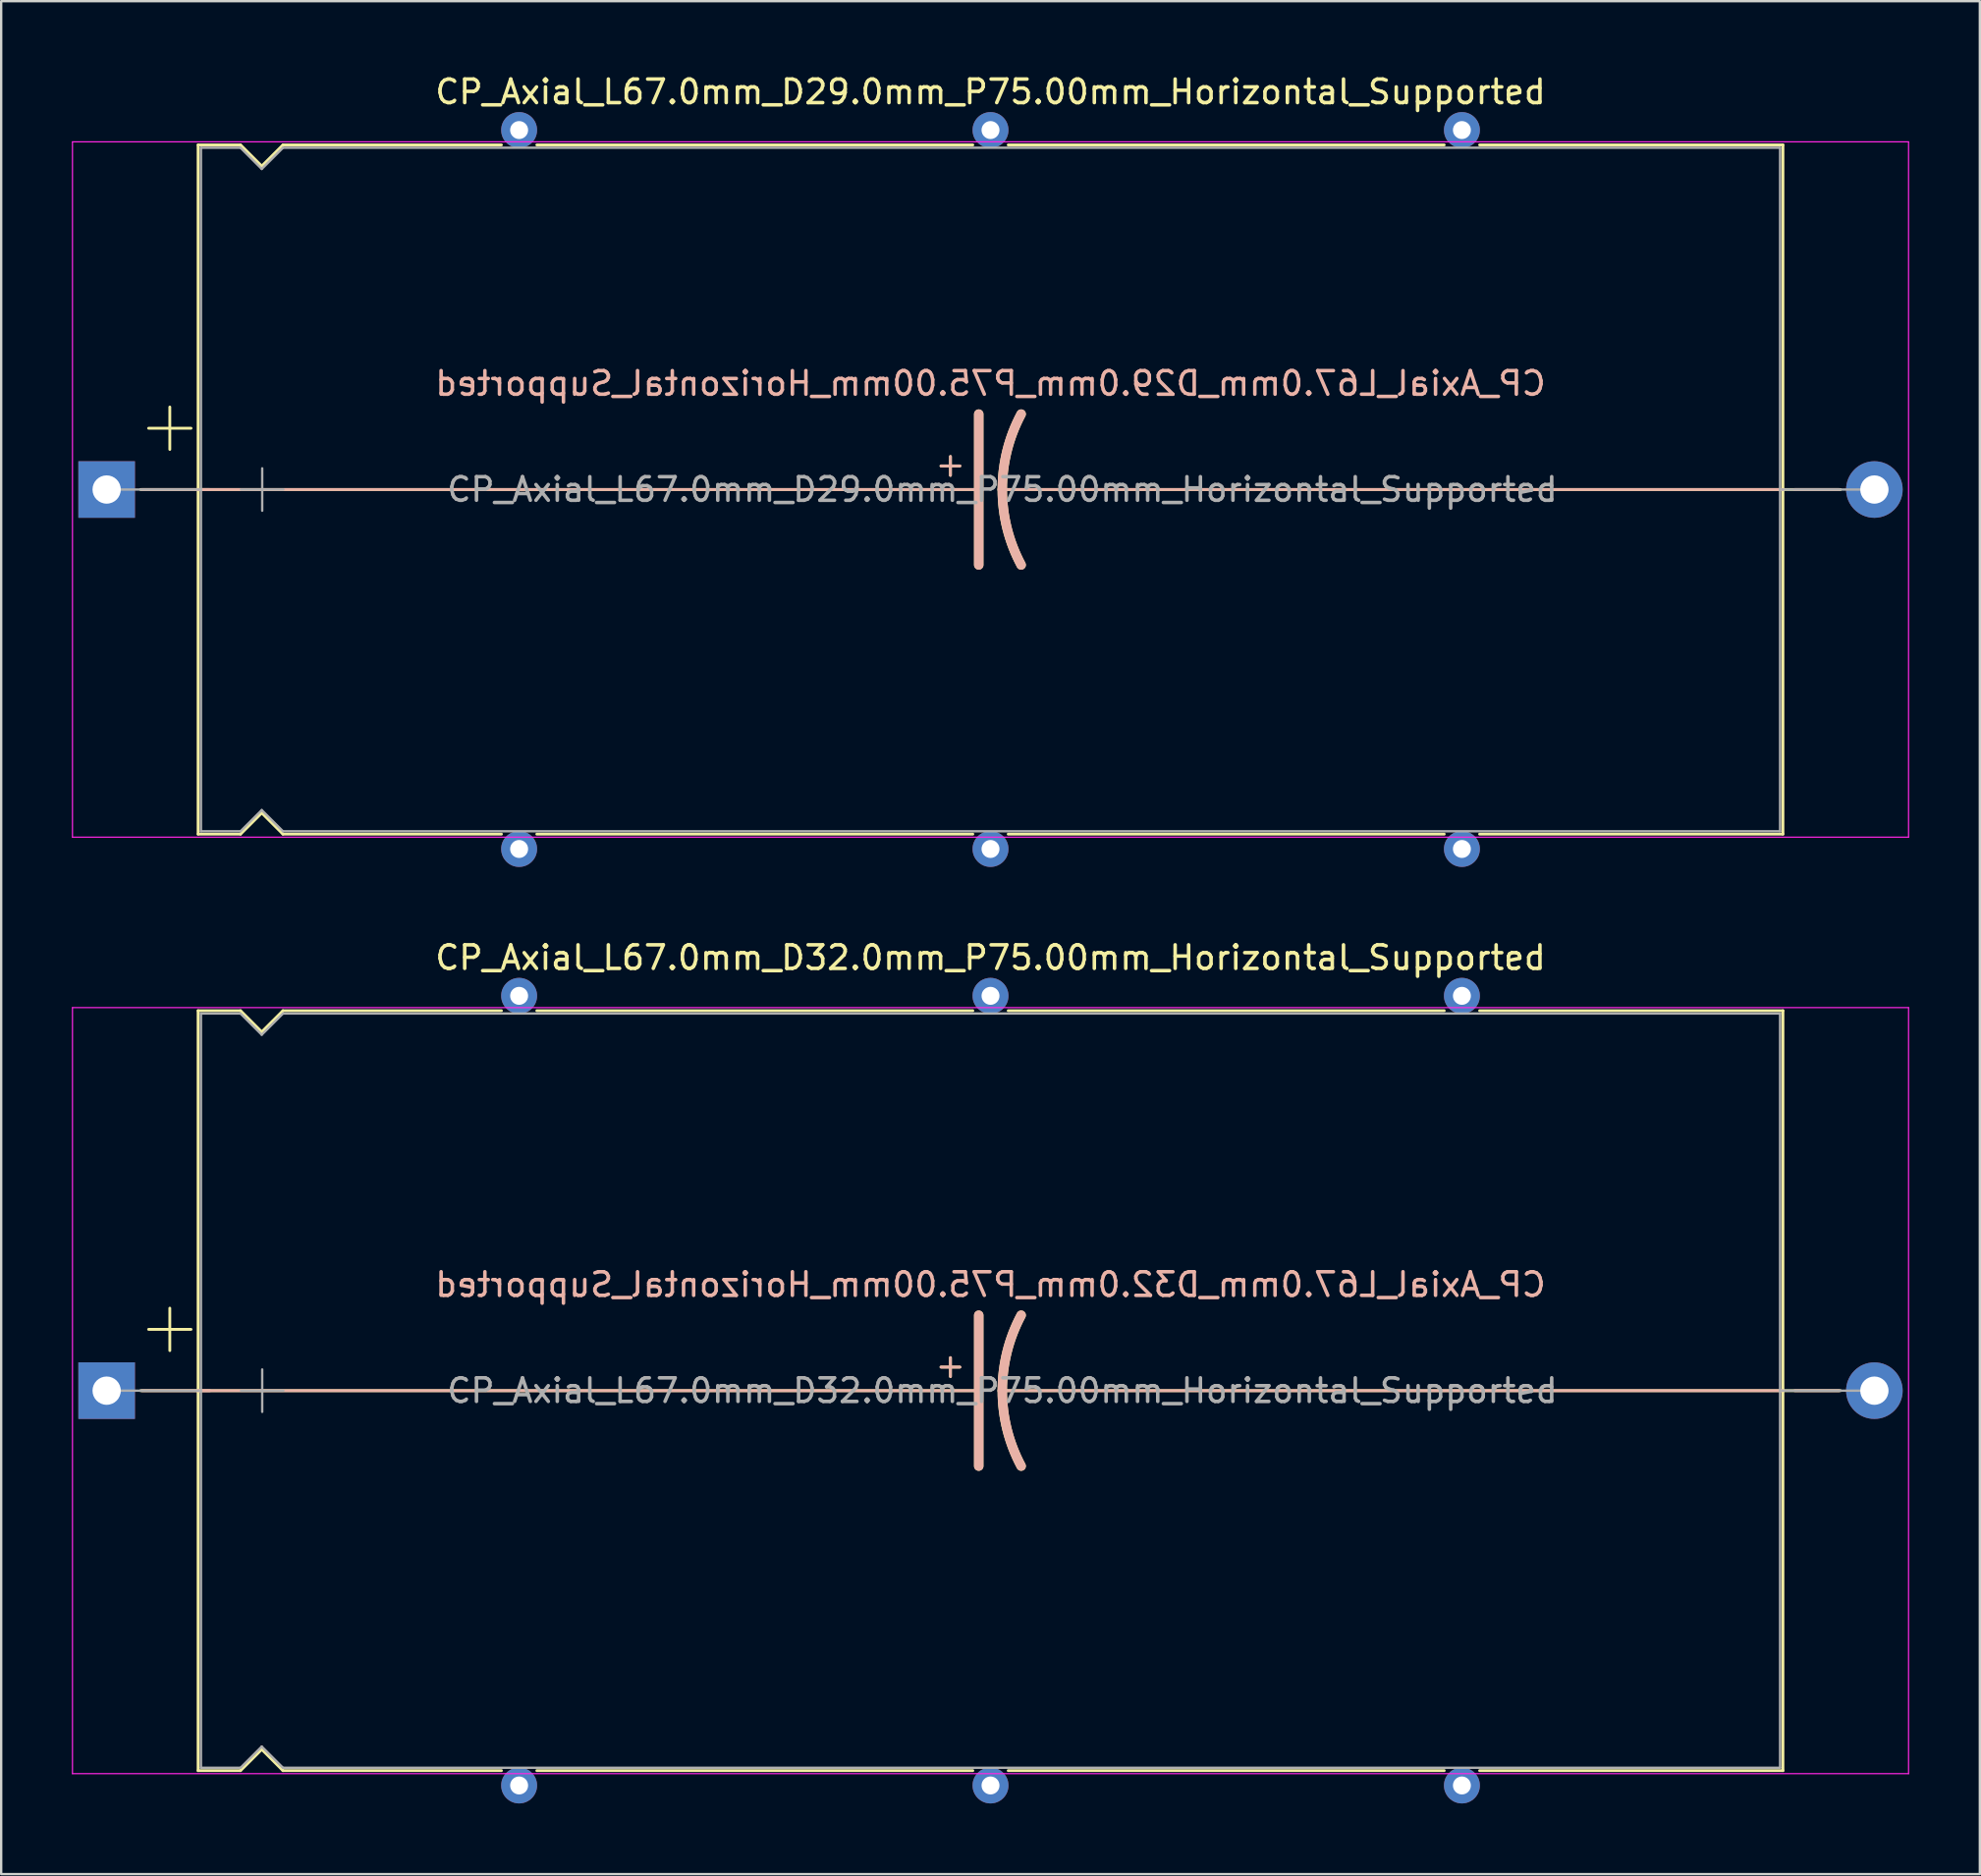
<source format=kicad_pcb>
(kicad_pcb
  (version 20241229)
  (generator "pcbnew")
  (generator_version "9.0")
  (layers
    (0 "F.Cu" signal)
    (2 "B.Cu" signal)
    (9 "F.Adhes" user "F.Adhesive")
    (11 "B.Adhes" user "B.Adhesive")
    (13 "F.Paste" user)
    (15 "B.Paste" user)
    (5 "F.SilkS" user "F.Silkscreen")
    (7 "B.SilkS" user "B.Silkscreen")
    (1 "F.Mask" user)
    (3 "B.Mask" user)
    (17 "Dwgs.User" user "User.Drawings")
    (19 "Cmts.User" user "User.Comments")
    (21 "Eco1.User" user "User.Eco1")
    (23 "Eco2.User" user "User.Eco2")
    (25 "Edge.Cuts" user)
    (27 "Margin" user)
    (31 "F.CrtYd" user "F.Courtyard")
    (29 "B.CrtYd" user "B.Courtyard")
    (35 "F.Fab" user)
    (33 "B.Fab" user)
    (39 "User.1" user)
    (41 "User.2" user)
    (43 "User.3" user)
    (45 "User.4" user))
  (footprint "CP_Axial_L67.0mm_D32.0mm_P75.00mm_Horizontal_Supported"
    (layer "F.Cu")
    (at 1.475 55.949)
    (property "Reference" "CP_Axial_L67.0mm_D32.0mm_P75.00mm_Horizontal_Supported" (at 37.5 -18.37 0) (layer "F.SilkS") (effects (font (size 1 1) (thickness 0.15))))
    (fp_line (start 1.44 0) (end 3.88 0) (stroke (width 0.12) (type solid)) (layer "F.SilkS"))
    (fp_line (start 1.78 -2.6) (end 3.58 -2.6) (stroke (width 0.12) (type solid)) (layer "F.SilkS"))
    (fp_line (start 2.68 -3.5) (end 2.68 -1.7) (stroke (width 0.12) (type solid)) (layer "F.SilkS"))
    (fp_line (start 3.88 -16.12) (end 3.88 16.12) (stroke (width 0.12) (type solid)) (layer "F.SilkS"))
    (fp_line (start 3.88 -16.12) (end 5.68 -16.12) (stroke (width 0.12) (type solid)) (layer "F.SilkS"))
    (fp_line (start 3.88 0) (end 37 0) (stroke (width 0.12) (type solid)) (layer "F.SilkS"))
    (fp_line (start 3.88 16.12) (end 5.68 16.12) (stroke (width 0.12) (type solid)) (layer "F.SilkS"))
    (fp_line (start 5.68 -16.12) (end 6.58 -15.22) (stroke (width 0.12) (type solid)) (layer "F.SilkS"))
    (fp_line (start 5.68 16.12) (end 6.58 15.22) (stroke (width 0.12) (type solid)) (layer "F.SilkS"))
    (fp_line (start 6.58 -15.22) (end 7.48 -16.12) (stroke (width 0.12) (type solid)) (layer "F.SilkS"))
    (fp_line (start 6.58 15.22) (end 7.48 16.12) (stroke (width 0.12) (type solid)) (layer "F.SilkS"))
    (fp_line (start 7.48 -16.12) (end 16.75 -16.12) (stroke (width 0.12) (type solid)) (layer "F.SilkS"))
    (fp_line (start 7.48 16.12) (end 16.75 16.12) (stroke (width 0.12) (type solid)) (layer "F.SilkS"))
    (fp_line (start 18.25 -16.12) (end 36.75 -16.12) (stroke (width 0.12) (type solid)) (layer "F.SilkS"))
    (fp_line (start 18.25 16.12) (end 36.75 16.12) (stroke (width 0.12) (type solid)) (layer "F.SilkS"))
    (fp_line (start 35.4 -1) (end 36.2 -1) (stroke (width 0.12) (type solid)) (layer "F.SilkS"))
    (fp_line (start 35.8 -1.4) (end 35.8 -0.6) (stroke (width 0.12) (type solid)) (layer "F.SilkS"))
    (fp_line (start 37 0) (end 37 -3.2) (stroke (width 0.4) (type solid)) (layer "F.SilkS"))
    (fp_line (start 37 0) (end 37 3.2) (stroke (width 0.4) (type solid)) (layer "F.SilkS"))
    (fp_line (start 38.25 -16.12) (end 56.75 -16.12) (stroke (width 0.12) (type solid)) (layer "F.SilkS"))
    (fp_line (start 38.25 16.12) (end 56.75 16.12) (stroke (width 0.12) (type solid)) (layer "F.SilkS"))
    (fp_line (start 58.25 -16.12) (end 71.12 -16.12) (stroke (width 0.12) (type solid)) (layer "F.SilkS"))
    (fp_line (start 58.25 16.12) (end 71.12 16.12) (stroke (width 0.12) (type solid)) (layer "F.SilkS"))
    (fp_line (start 71.12 -16.12) (end 71.12 16.12) (stroke (width 0.12) (type solid)) (layer "F.SilkS"))
    (fp_line (start 71.12 0) (end 38 0) (stroke (width 0.12) (type solid)) (layer "F.SilkS"))
    (fp_line (start 73.56 0) (end 71.12 0) (stroke (width 0.12) (type solid)) (layer "F.SilkS"))
    (fp_arc (start 38 0) (mid 38.203545 -1.649114) (end 38.8 -3.2) (stroke (width 0.4) (type solid)) (layer "F.SilkS"))
    (fp_arc (start 38.8 3.2) (mid 38.200704 1.649824) (end 38 0) (stroke (width 0.4) (type solid)) (layer "F.SilkS"))
    (fp_line (start 1.5 0) (end 4.38 0) (stroke (width 0.12) (type solid)) (layer "B.SilkS"))
    (fp_line (start 3.88 0) (end 37 0) (stroke (width 0.12) (type solid)) (layer "B.SilkS"))
    (fp_line (start 35.4 -1) (end 36.2 -1) (stroke (width 0.12) (type solid)) (layer "B.SilkS"))
    (fp_line (start 35.8 -0.6) (end 35.8 -1.4) (stroke (width 0.12) (type solid)) (layer "B.SilkS"))
    (fp_line (start 37 0) (end 37 -3.2) (stroke (width 0.4) (type solid)) (layer "B.SilkS"))
    (fp_line (start 37 0) (end 37 3.2) (stroke (width 0.4) (type solid)) (layer "B.SilkS"))
    (fp_line (start 71.12 0) (end 38 0) (stroke (width 0.12) (type solid)) (layer "B.SilkS"))
    (fp_line (start 73.5 0) (end 71.62 0) (stroke (width 0.12) (type solid)) (layer "B.SilkS"))
    (fp_arc (start 38 0) (mid 38.200703 -1.649824) (end 38.8 -3.2) (stroke (width 0.4) (type solid)) (layer "B.SilkS"))
    (fp_arc (start 38.8 3.2) (mid 38.203544 1.649114) (end 38 0) (stroke (width 0.4) (type solid)) (layer "B.SilkS"))
    (fp_line (start -1.45 -16.25) (end -1.45 16.25) (stroke (width 0.05) (type solid)) (layer "F.CrtYd"))
    (fp_line (start -1.45 16.25) (end 76.45 16.25) (stroke (width 0.05) (type solid)) (layer "F.CrtYd"))
    (fp_line (start 76.45 -16.25) (end -1.45 -16.25) (stroke (width 0.05) (type solid)) (layer "F.CrtYd"))
    (fp_line (start 76.45 16.25) (end 76.45 -16.25) (stroke (width 0.05) (type solid)) (layer "F.CrtYd"))
    (fp_line (start 0 0) (end 4 0) (stroke (width 0.1) (type solid)) (layer "F.Fab"))
    (fp_line (start 4 -16) (end 4 16) (stroke (width 0.1) (type solid)) (layer "F.Fab"))
    (fp_line (start 4 -16) (end 5.68 -16) (stroke (width 0.1) (type solid)) (layer "F.Fab"))
    (fp_line (start 4 16) (end 5.68 16) (stroke (width 0.1) (type solid)) (layer "F.Fab"))
    (fp_line (start 5.68 -16) (end 6.58 -15.1) (stroke (width 0.1) (type solid)) (layer "F.Fab"))
    (fp_line (start 5.68 16) (end 6.58 15.1) (stroke (width 0.1) (type solid)) (layer "F.Fab"))
    (fp_line (start 5.7 0) (end 7.5 0) (stroke (width 0.1) (type solid)) (layer "F.Fab"))
    (fp_line (start 6.58 -15.1) (end 7.48 -16) (stroke (width 0.1) (type solid)) (layer "F.Fab"))
    (fp_line (start 6.58 15.1) (end 7.48 16) (stroke (width 0.1) (type solid)) (layer "F.Fab"))
    (fp_line (start 6.6 -0.9) (end 6.6 0.9) (stroke (width 0.1) (type solid)) (layer "F.Fab"))
    (fp_line (start 7.48 -16) (end 71 -16) (stroke (width 0.1) (type solid)) (layer "F.Fab"))
    (fp_line (start 7.48 16) (end 71 16) (stroke (width 0.1) (type solid)) (layer "F.Fab"))
    (fp_line (start 71 -16) (end 71 16) (stroke (width 0.1) (type solid)) (layer "F.Fab"))
    (fp_line (start 75 0) (end 71 0) (stroke (width 0.1) (type solid)) (layer "F.Fab"))
    (fp_text user "${REFERENCE}" (at 37.5 -4.5 0) (layer "B.SilkS") (effects (font (size 1 1) (thickness 0.15)) (justify mirror)))
    (fp_text user "${REFERENCE}" (at 38 0 0) (layer "F.Fab") (effects (font (size 1 1) (thickness 0.15))))
    (pad "" thru_hole circle (at 17.5 -16.75) (size 1.524 1.524) (drill 0.762) (layers "*.Cu" "*.Mask"))
    (pad "" thru_hole circle (at 17.5 16.75) (size 1.524 1.524) (drill 0.762) (layers "*.Cu" "*.Mask"))
    (pad "" thru_hole circle (at 37.5 -16.75) (size 1.524 1.524) (drill 0.762) (layers "*.Cu" "*.Mask"))
    (pad "" thru_hole circle (at 37.5 16.75) (size 1.524 1.524) (drill 0.762) (layers "*.Cu" "*.Mask"))
    (pad "" thru_hole circle (at 57.5 -16.75) (size 1.524 1.524) (drill 0.762) (layers "*.Cu" "*.Mask"))
    (pad "" thru_hole circle (at 57.5 16.75) (size 1.524 1.524) (drill 0.762) (layers "*.Cu" "*.Mask"))
    (pad "1" thru_hole rect (at 0 0) (size 2.4 2.4) (drill 1.2) (layers "*.Cu" "*.Mask"))
    (pad "2" thru_hole oval (at 75 0) (size 2.4 2.4) (drill 1.2) (layers "*.Cu" "*.Mask")))
  (footprint "CP_Axial_L67.0mm_D29.0mm_P75.00mm_Horizontal_Supported"
    (layer "F.Cu")
    (at 1.475 17.718)
    (property "Reference" "CP_Axial_L67.0mm_D29.0mm_P75.00mm_Horizontal_Supported" (at 37.5 -16.87 0) (layer "F.SilkS") (effects (font (size 1 1) (thickness 0.15))))
    (fp_line (start 1.44 0) (end 3.88 0) (stroke (width 0.12) (type solid)) (layer "F.SilkS"))
    (fp_line (start 1.78 -2.6) (end 3.58 -2.6) (stroke (width 0.12) (type solid)) (layer "F.SilkS"))
    (fp_line (start 2.68 -3.5) (end 2.68 -1.7) (stroke (width 0.12) (type solid)) (layer "F.SilkS"))
    (fp_line (start 3.88 -14.62) (end 3.88 14.62) (stroke (width 0.12) (type solid)) (layer "F.SilkS"))
    (fp_line (start 3.88 -14.62) (end 5.68 -14.62) (stroke (width 0.12) (type solid)) (layer "F.SilkS"))
    (fp_line (start 3.88 0) (end 37 0) (stroke (width 0.12) (type solid)) (layer "F.SilkS"))
    (fp_line (start 3.88 14.62) (end 5.68 14.62) (stroke (width 0.12) (type solid)) (layer "F.SilkS"))
    (fp_line (start 5.68 -14.62) (end 6.58 -13.72) (stroke (width 0.12) (type solid)) (layer "F.SilkS"))
    (fp_line (start 5.68 14.62) (end 6.58 13.72) (stroke (width 0.12) (type solid)) (layer "F.SilkS"))
    (fp_line (start 6.58 -13.72) (end 7.48 -14.62) (stroke (width 0.12) (type solid)) (layer "F.SilkS"))
    (fp_line (start 6.58 13.72) (end 7.48 14.62) (stroke (width 0.12) (type solid)) (layer "F.SilkS"))
    (fp_line (start 7.48 -14.62) (end 16.75 -14.62) (stroke (width 0.12) (type solid)) (layer "F.SilkS"))
    (fp_line (start 7.48 14.62) (end 16.75 14.62) (stroke (width 0.12) (type solid)) (layer "F.SilkS"))
    (fp_line (start 18.25 -14.62) (end 36.75 -14.62) (stroke (width 0.12) (type solid)) (layer "F.SilkS"))
    (fp_line (start 18.25 14.62) (end 36.75 14.62) (stroke (width 0.12) (type solid)) (layer "F.SilkS"))
    (fp_line (start 35.4 -1) (end 36.2 -1) (stroke (width 0.12) (type solid)) (layer "F.SilkS"))
    (fp_line (start 35.8 -1.4) (end 35.8 -0.6) (stroke (width 0.12) (type solid)) (layer "F.SilkS"))
    (fp_line (start 37 0) (end 37 -3.2) (stroke (width 0.4) (type solid)) (layer "F.SilkS"))
    (fp_line (start 37 0) (end 37 3.2) (stroke (width 0.4) (type solid)) (layer "F.SilkS"))
    (fp_line (start 38.25 -14.62) (end 56.75 -14.62) (stroke (width 0.12) (type solid)) (layer "F.SilkS"))
    (fp_line (start 38.25 14.62) (end 56.75 14.62) (stroke (width 0.12) (type solid)) (layer "F.SilkS"))
    (fp_line (start 58.25 -14.62) (end 71.12 -14.62) (stroke (width 0.12) (type solid)) (layer "F.SilkS"))
    (fp_line (start 58.25 14.62) (end 71.12 14.62) (stroke (width 0.12) (type solid)) (layer "F.SilkS"))
    (fp_line (start 71.12 -14.62) (end 71.12 14.62) (stroke (width 0.12) (type solid)) (layer "F.SilkS"))
    (fp_line (start 71.12 0) (end 38 0) (stroke (width 0.12) (type solid)) (layer "F.SilkS"))
    (fp_line (start 73.56 0) (end 71.12 0) (stroke (width 0.12) (type solid)) (layer "F.SilkS"))
    (fp_arc (start 38 0) (mid 38.203545 -1.649114) (end 38.8 -3.2) (stroke (width 0.4) (type solid)) (layer "F.SilkS"))
    (fp_arc (start 38.8 3.2) (mid 38.200704 1.649824) (end 38 0) (stroke (width 0.4) (type solid)) (layer "F.SilkS"))
    (fp_line (start 1.5 0) (end 4.38 0) (stroke (width 0.12) (type solid)) (layer "B.SilkS"))
    (fp_line (start 3.88 0) (end 37 0) (stroke (width 0.12) (type solid)) (layer "B.SilkS"))
    (fp_line (start 35.4 -1) (end 36.2 -1) (stroke (width 0.12) (type solid)) (layer "B.SilkS"))
    (fp_line (start 35.8 -0.6) (end 35.8 -1.4) (stroke (width 0.12) (type solid)) (layer "B.SilkS"))
    (fp_line (start 37 0) (end 37 -3.2) (stroke (width 0.4) (type solid)) (layer "B.SilkS"))
    (fp_line (start 37 0) (end 37 3.2) (stroke (width 0.4) (type solid)) (layer "B.SilkS"))
    (fp_line (start 71.12 0) (end 38 0) (stroke (width 0.12) (type solid)) (layer "B.SilkS"))
    (fp_line (start 73.5 0) (end 71.62 0) (stroke (width 0.12) (type solid)) (layer "B.SilkS"))
    (fp_arc (start 38 0) (mid 38.200703 -1.649824) (end 38.8 -3.2) (stroke (width 0.4) (type solid)) (layer "B.SilkS"))
    (fp_arc (start 38.8 3.2) (mid 38.203544 1.649114) (end 38 0) (stroke (width 0.4) (type solid)) (layer "B.SilkS"))
    (fp_line (start -1.45 -14.75) (end -1.45 14.75) (stroke (width 0.05) (type solid)) (layer "F.CrtYd"))
    (fp_line (start -1.45 14.75) (end 76.45 14.75) (stroke (width 0.05) (type solid)) (layer "F.CrtYd"))
    (fp_line (start 76.45 -14.75) (end -1.45 -14.75) (stroke (width 0.05) (type solid)) (layer "F.CrtYd"))
    (fp_line (start 76.45 14.75) (end 76.45 -14.75) (stroke (width 0.05) (type solid)) (layer "F.CrtYd"))
    (fp_line (start 0 0) (end 4 0) (stroke (width 0.1) (type solid)) (layer "F.Fab"))
    (fp_line (start 4 -14.5) (end 4 14.5) (stroke (width 0.1) (type solid)) (layer "F.Fab"))
    (fp_line (start 4 -14.5) (end 5.68 -14.5) (stroke (width 0.1) (type solid)) (layer "F.Fab"))
    (fp_line (start 4 14.5) (end 5.68 14.5) (stroke (width 0.1) (type solid)) (layer "F.Fab"))
    (fp_line (start 5.68 -14.5) (end 6.58 -13.6) (stroke (width 0.1) (type solid)) (layer "F.Fab"))
    (fp_line (start 5.68 14.5) (end 6.58 13.6) (stroke (width 0.1) (type solid)) (layer "F.Fab"))
    (fp_line (start 5.7 0) (end 7.5 0) (stroke (width 0.1) (type solid)) (layer "F.Fab"))
    (fp_line (start 6.58 -13.6) (end 7.48 -14.5) (stroke (width 0.1) (type solid)) (layer "F.Fab"))
    (fp_line (start 6.58 13.6) (end 7.48 14.5) (stroke (width 0.1) (type solid)) (layer "F.Fab"))
    (fp_line (start 6.6 -0.9) (end 6.6 0.9) (stroke (width 0.1) (type solid)) (layer "F.Fab"))
    (fp_line (start 7.48 -14.5) (end 71 -14.5) (stroke (width 0.1) (type solid)) (layer "F.Fab"))
    (fp_line (start 7.48 14.5) (end 71 14.5) (stroke (width 0.1) (type solid)) (layer "F.Fab"))
    (fp_line (start 71 -14.5) (end 71 14.5) (stroke (width 0.1) (type solid)) (layer "F.Fab"))
    (fp_line (start 75 0) (end 71 0) (stroke (width 0.1) (type solid)) (layer "F.Fab"))
    (fp_text user "${REFERENCE}" (at 37.5 -4.5 0) (layer "B.SilkS") (effects (font (size 1 1) (thickness 0.15)) (justify mirror)))
    (fp_text user "${REFERENCE}" (at 38 0 0) (layer "F.Fab") (effects (font (size 1 1) (thickness 0.15))))
    (pad "" thru_hole circle (at 17.5 -15.25) (size 1.524 1.524) (drill 0.762) (layers "*.Cu" "*.Mask"))
    (pad "" thru_hole circle (at 17.5 15.25) (size 1.524 1.524) (drill 0.762) (layers "*.Cu" "*.Mask"))
    (pad "" thru_hole circle (at 37.5 -15.25) (size 1.524 1.524) (drill 0.762) (layers "*.Cu" "*.Mask"))
    (pad "" thru_hole circle (at 37.5 15.25) (size 1.524 1.524) (drill 0.762) (layers "*.Cu" "*.Mask"))
    (pad "" thru_hole circle (at 57.5 -15.25) (size 1.524 1.524) (drill 0.762) (layers "*.Cu" "*.Mask"))
    (pad "" thru_hole circle (at 57.5 15.25) (size 1.524 1.524) (drill 0.762) (layers "*.Cu" "*.Mask"))
    (pad "1" thru_hole rect (at 0 0) (size 2.4 2.4) (drill 1.2) (layers "*.Cu" "*.Mask"))
    (pad "2" thru_hole oval (at 75 0) (size 2.4 2.4) (drill 1.2) (layers "*.Cu" "*.Mask")))
  (gr_rect
    (start -3 -3)
    (end 80.95 76.46)
    (stroke (width 0.1) (type default))
    (fill no)
    (layer "Edge.Cuts")))
</source>
